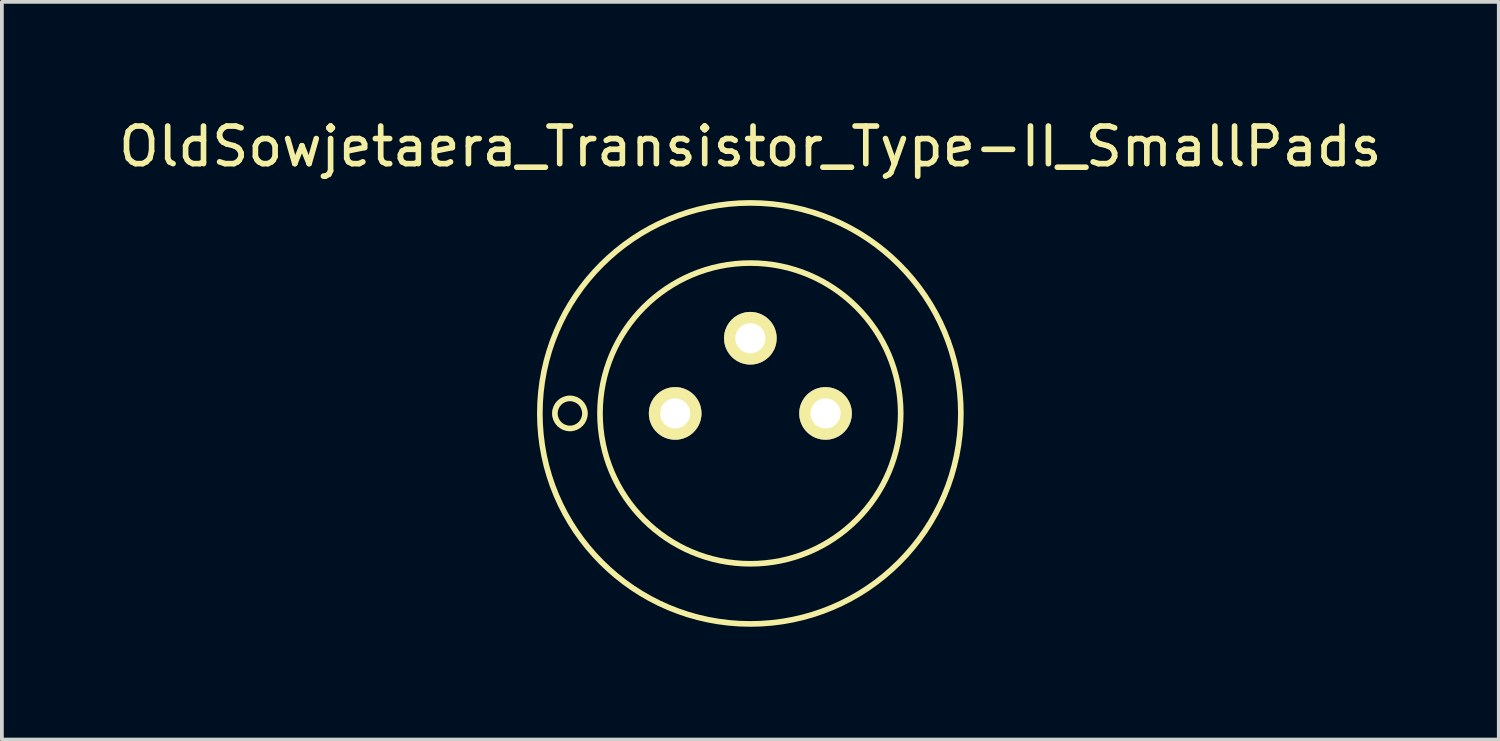
<source format=kicad_pcb>
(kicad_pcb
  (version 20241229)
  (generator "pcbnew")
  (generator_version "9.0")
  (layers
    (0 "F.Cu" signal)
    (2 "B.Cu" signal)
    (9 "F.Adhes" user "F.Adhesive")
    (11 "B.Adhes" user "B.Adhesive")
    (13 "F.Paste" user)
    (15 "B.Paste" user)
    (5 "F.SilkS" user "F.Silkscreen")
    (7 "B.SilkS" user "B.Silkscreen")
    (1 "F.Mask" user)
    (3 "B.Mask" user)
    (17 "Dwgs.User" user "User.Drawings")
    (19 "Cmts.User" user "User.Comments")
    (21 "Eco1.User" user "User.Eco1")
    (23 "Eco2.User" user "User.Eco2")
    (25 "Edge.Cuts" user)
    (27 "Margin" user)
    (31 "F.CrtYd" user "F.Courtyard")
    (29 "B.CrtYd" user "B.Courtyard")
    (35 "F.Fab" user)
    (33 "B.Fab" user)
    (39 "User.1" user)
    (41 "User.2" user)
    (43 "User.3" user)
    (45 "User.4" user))
  (footprint "OldSowjetaera_Transistor_Type-II_SmallPads"
    (layer "F.Cu")
    (at 16.911 7.948)
    (property "Reference" "OldSowjetaera_Transistor_Type-II_SmallPads" (at 0 -7.1 0) (layer "F.SilkS") (effects (font (size 1 1) (thickness 0.15))))
    (attr through_hole)
    (fp_circle (center -4.8 0) (end -4.8 0.4) (stroke (width 0.15) (type solid)) (fill no) (layer "F.SilkS"))
    (fp_circle (center 0 0) (end 4 0) (stroke (width 0.15) (type solid)) (fill no) (layer "F.SilkS"))
    (fp_circle (center 0 0) (end 5.6 0) (stroke (width 0.15) (type solid)) (fill no) (layer "F.SilkS"))
    (pad "1" thru_hole circle (at -2 0) (size 1.4 1.4) (drill 0.8) (layers "*.Cu" "*.Mask" "F.SilkS"))
    (pad "2" thru_hole circle (at 0 -2) (size 1.4 1.4) (drill 0.8) (layers "*.Cu" "*.Mask" "F.SilkS"))
    (pad "3" thru_hole circle (at 2 0) (size 1.4 1.4) (drill 0.8) (layers "*.Cu" "*.Mask" "F.SilkS")))
  (gr_rect
    (start -3 -3)
    (end 36.821 16.623)
    (stroke (width 0.1) (type default))
    (fill no)
    (layer "Edge.Cuts")))
</source>
